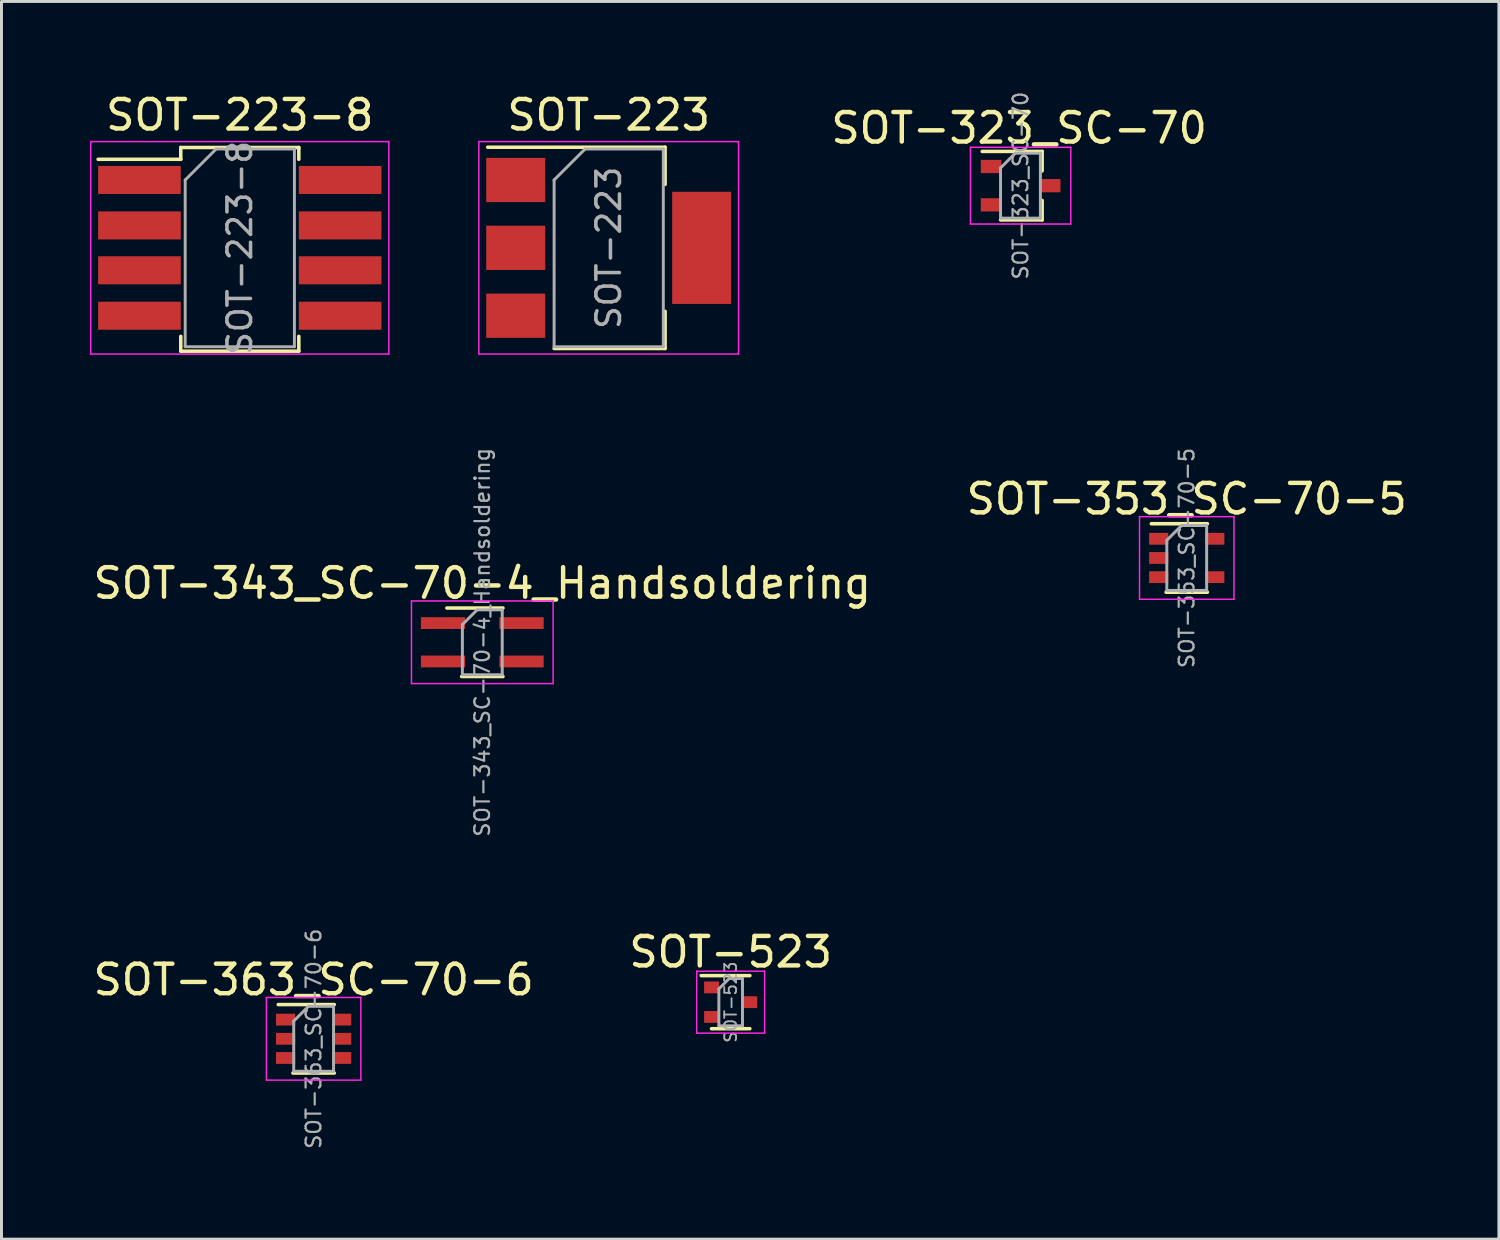
<source format=kicad_pcb>
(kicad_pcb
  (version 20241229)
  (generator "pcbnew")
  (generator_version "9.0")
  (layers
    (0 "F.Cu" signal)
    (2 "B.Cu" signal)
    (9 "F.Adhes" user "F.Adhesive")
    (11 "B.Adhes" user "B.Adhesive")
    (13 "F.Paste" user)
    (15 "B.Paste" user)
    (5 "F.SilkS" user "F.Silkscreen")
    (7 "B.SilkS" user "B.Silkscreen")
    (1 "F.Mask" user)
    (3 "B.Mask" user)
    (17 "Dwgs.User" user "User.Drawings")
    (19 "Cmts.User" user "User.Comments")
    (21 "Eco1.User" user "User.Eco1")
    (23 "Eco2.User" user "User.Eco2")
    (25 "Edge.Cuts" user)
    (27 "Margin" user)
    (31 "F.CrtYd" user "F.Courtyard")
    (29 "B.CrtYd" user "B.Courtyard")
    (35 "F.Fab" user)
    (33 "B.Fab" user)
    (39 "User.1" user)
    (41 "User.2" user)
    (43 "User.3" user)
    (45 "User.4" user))
  (footprint "SOT-223"
    (layer "F.Cu")
    (at 17.575 5.348)
    (property "Reference" "SOT-223" (at 0 -4.5 0) (layer "F.SilkS") (effects (font (size 1 1) (thickness 0.15))))
    (attr smd)
    (fp_line (start -4.1 -3.41) (end 1.91 -3.41) (stroke (width 0.12) (type solid)) (layer "F.SilkS"))
    (fp_line (start -1.85 3.41) (end 1.91 3.41) (stroke (width 0.12) (type solid)) (layer "F.SilkS"))
    (fp_line (start 1.91 -3.41) (end 1.91 -2.15) (stroke (width 0.12) (type solid)) (layer "F.SilkS"))
    (fp_line (start 1.91 3.41) (end 1.91 2.15) (stroke (width 0.12) (type solid)) (layer "F.SilkS"))
    (fp_line (start -4.4 -3.6) (end -4.4 3.6) (stroke (width 0.05) (type solid)) (layer "F.CrtYd"))
    (fp_line (start -4.4 3.6) (end 4.4 3.6) (stroke (width 0.05) (type solid)) (layer "F.CrtYd"))
    (fp_line (start 4.4 -3.6) (end -4.4 -3.6) (stroke (width 0.05) (type solid)) (layer "F.CrtYd"))
    (fp_line (start 4.4 3.6) (end 4.4 -3.6) (stroke (width 0.05) (type solid)) (layer "F.CrtYd"))
    (fp_line (start -1.85 -2.3) (end -1.85 3.35) (stroke (width 0.1) (type solid)) (layer "F.Fab"))
    (fp_line (start -1.85 -2.3) (end -0.8 -3.35) (stroke (width 0.1) (type solid)) (layer "F.Fab"))
    (fp_line (start -1.85 3.35) (end 1.85 3.35) (stroke (width 0.1) (type solid)) (layer "F.Fab"))
    (fp_line (start -0.8 -3.35) (end 1.85 -3.35) (stroke (width 0.1) (type solid)) (layer "F.Fab"))
    (fp_line (start 1.85 -3.35) (end 1.85 3.35) (stroke (width 0.1) (type solid)) (layer "F.Fab"))
    (fp_text user "${REFERENCE}" (at 0 0 90) (layer "F.Fab") (effects (font (size 0.8 0.8) (thickness 0.12))))
    (pad "1" smd rect (at -3.15 -2.3) (size 2 1.5) (layers "F.Cu" "F.Mask" "F.Paste"))
    (pad "2" smd rect (at -3.15 0) (size 2 1.5) (layers "F.Cu" "F.Mask" "F.Paste"))
    (pad "3" smd rect (at -3.15 2.3) (size 2 1.5) (layers "F.Cu" "F.Mask" "F.Paste"))
    (pad "4" smd rect (at 3.15 0) (size 2 3.8) (layers "F.Cu" "F.Mask" "F.Paste")))
  (footprint "SOT-223-8"
    (layer "F.Cu")
    (at 5.075 5.348)
    (property "Reference" "SOT-223-8" (at 0 -4.5 0) (layer "F.SilkS") (effects (font (size 1 1) (thickness 0.15))))
    (attr smd)
    (fp_line (start -4.8 -3) (end -2 -3) (stroke (width 0.12) (type solid)) (layer "F.SilkS"))
    (fp_line (start -2 -3.4) (end 2 -3.4) (stroke (width 0.12) (type solid)) (layer "F.SilkS"))
    (fp_line (start -2 -3) (end -2 -3.4) (stroke (width 0.12) (type solid)) (layer "F.SilkS"))
    (fp_line (start -2 3.5) (end -2 3) (stroke (width 0.12) (type solid)) (layer "F.SilkS"))
    (fp_line (start 2 -3.4) (end 2 -3) (stroke (width 0.12) (type solid)) (layer "F.SilkS"))
    (fp_line (start 2 3) (end 2 3.5) (stroke (width 0.12) (type solid)) (layer "F.SilkS"))
    (fp_line (start 2 3.5) (end -2 3.5) (stroke (width 0.12) (type solid)) (layer "F.SilkS"))
    (fp_line (start -5.05 -3.6) (end -5.05 3.6) (stroke (width 0.05) (type solid)) (layer "F.CrtYd"))
    (fp_line (start -5.05 -3.6) (end 5.05 -3.6) (stroke (width 0.05) (type solid)) (layer "F.CrtYd"))
    (fp_line (start 5.05 3.6) (end -5.05 3.6) (stroke (width 0.05) (type solid)) (layer "F.CrtYd"))
    (fp_line (start 5.05 3.6) (end 5.05 -3.6) (stroke (width 0.05) (type solid)) (layer "F.CrtYd"))
    (fp_line (start -1.85 -2.3) (end -1.85 3.35) (stroke (width 0.1) (type solid)) (layer "F.Fab"))
    (fp_line (start -1.85 -2.3) (end -0.8 -3.35) (stroke (width 0.1) (type solid)) (layer "F.Fab"))
    (fp_line (start -1.85 3.35) (end 1.85 3.35) (stroke (width 0.1) (type solid)) (layer "F.Fab"))
    (fp_line (start -0.8 -3.35) (end 1.85 -3.35) (stroke (width 0.1) (type solid)) (layer "F.Fab"))
    (fp_line (start 1.85 -3.35) (end 1.85 3.35) (stroke (width 0.1) (type solid)) (layer "F.Fab"))
    (fp_text user "${REFERENCE}" (at 0 0 90) (layer "F.Fab") (effects (font (size 0.8 0.8) (thickness 0.12))))
    (pad "1" smd rect (at -3.4 -2.3) (size 2.8 0.95) (layers "F.Cu" "F.Mask" "F.Paste"))
    (pad "2" smd rect (at -3.4 -0.76) (size 2.8 0.95) (layers "F.Cu" "F.Mask" "F.Paste"))
    (pad "3" smd rect (at -3.4 0.76) (size 2.8 0.95) (layers "F.Cu" "F.Mask" "F.Paste"))
    (pad "4" smd rect (at -3.4 2.3) (size 2.8 0.95) (layers "F.Cu" "F.Mask" "F.Paste"))
    (pad "5" smd rect (at 3.4 2.3) (size 2.8 0.95) (layers "F.Cu" "F.Mask" "F.Paste"))
    (pad "6" smd rect (at 3.4 0.76) (size 2.8 0.95) (layers "F.Cu" "F.Mask" "F.Paste"))
    (pad "7" smd rect (at 3.4 -0.76) (size 2.8 0.95) (layers "F.Cu" "F.Mask" "F.Paste"))
    (pad "8" smd rect (at 3.4 -2.3) (size 2.8 0.95) (layers "F.Cu" "F.Mask" "F.Paste")))
  (footprint "SOT-363_SC-70-6"
    (layer "F.Cu")
    (at 7.577 32.148)
    (property "Reference" "SOT-363_SC-70-6" (at 0 -2 0) (layer "F.SilkS") (effects (font (size 1 1) (thickness 0.15))))
    (attr smd)
    (fp_line (start -0.7 1.16) (end 0.7 1.16) (stroke (width 0.12) (type solid)) (layer "F.SilkS"))
    (fp_line (start 0.7 -1.16) (end -1.2 -1.16) (stroke (width 0.12) (type solid)) (layer "F.SilkS"))
    (fp_line (start -1.6 -1.4) (end -1.6 1.4) (stroke (width 0.05) (type solid)) (layer "F.CrtYd"))
    (fp_line (start -1.6 -1.4) (end 1.6 -1.4) (stroke (width 0.05) (type solid)) (layer "F.CrtYd"))
    (fp_line (start -1.6 1.4) (end 1.6 1.4) (stroke (width 0.05) (type solid)) (layer "F.CrtYd"))
    (fp_line (start 1.6 1.4) (end 1.6 -1.4) (stroke (width 0.05) (type solid)) (layer "F.CrtYd"))
    (fp_line (start -0.675 -0.6) (end -0.675 1.1) (stroke (width 0.1) (type solid)) (layer "F.Fab"))
    (fp_line (start -0.175 -1.1) (end -0.675 -0.6) (stroke (width 0.1) (type solid)) (layer "F.Fab"))
    (fp_line (start 0.675 -1.1) (end -0.175 -1.1) (stroke (width 0.1) (type solid)) (layer "F.Fab"))
    (fp_line (start 0.675 -1.1) (end 0.675 1.1) (stroke (width 0.1) (type solid)) (layer "F.Fab"))
    (fp_line (start 0.675 1.1) (end -0.675 1.1) (stroke (width 0.1) (type solid)) (layer "F.Fab"))
    (fp_text user "${REFERENCE}" (at 0 0 90) (layer "F.Fab") (effects (font (size 0.5 0.5) (thickness 0.075))))
    (pad "1" smd rect (at -0.95 -0.65) (size 0.65 0.4) (layers "F.Cu" "F.Mask" "F.Paste"))
    (pad "2" smd rect (at -0.95 0) (size 0.65 0.4) (layers "F.Cu" "F.Mask" "F.Paste"))
    (pad "3" smd rect (at -0.95 0.65) (size 0.65 0.4) (layers "F.Cu" "F.Mask" "F.Paste"))
    (pad "4" smd rect (at 0.95 0.65) (size 0.65 0.4) (layers "F.Cu" "F.Mask" "F.Paste"))
    (pad "5" smd rect (at 0.95 0) (size 0.65 0.4) (layers "F.Cu" "F.Mask" "F.Paste"))
    (pad "6" smd rect (at 0.95 -0.65) (size 0.65 0.4) (layers "F.Cu" "F.Mask" "F.Paste")))
  (footprint "SOT-353_SC-70-5"
    (layer "F.Cu")
    (at 37.161 15.856)
    (property "Reference" "SOT-353_SC-70-5" (at 0 -2 0) (layer "F.SilkS") (effects (font (size 1 1) (thickness 0.15))))
    (attr smd)
    (fp_line (start -0.7 1.16) (end 0.7 1.16) (stroke (width 0.12) (type solid)) (layer "F.SilkS"))
    (fp_line (start 0.7 -1.16) (end -1.2 -1.16) (stroke (width 0.12) (type solid)) (layer "F.SilkS"))
    (fp_line (start -1.6 -1.4) (end -1.6 1.4) (stroke (width 0.05) (type solid)) (layer "F.CrtYd"))
    (fp_line (start -1.6 -1.4) (end 1.6 -1.4) (stroke (width 0.05) (type solid)) (layer "F.CrtYd"))
    (fp_line (start -1.6 1.4) (end 1.6 1.4) (stroke (width 0.05) (type solid)) (layer "F.CrtYd"))
    (fp_line (start 1.6 1.4) (end 1.6 -1.4) (stroke (width 0.05) (type solid)) (layer "F.CrtYd"))
    (fp_line (start -0.675 -0.6) (end -0.675 1.1) (stroke (width 0.1) (type solid)) (layer "F.Fab"))
    (fp_line (start -0.175 -1.1) (end -0.675 -0.6) (stroke (width 0.1) (type solid)) (layer "F.Fab"))
    (fp_line (start 0.675 -1.1) (end -0.175 -1.1) (stroke (width 0.1) (type solid)) (layer "F.Fab"))
    (fp_line (start 0.675 -1.1) (end 0.675 1.1) (stroke (width 0.1) (type solid)) (layer "F.Fab"))
    (fp_line (start 0.675 1.1) (end -0.675 1.1) (stroke (width 0.1) (type solid)) (layer "F.Fab"))
    (fp_text user "${REFERENCE}" (at 0 0 90) (layer "F.Fab") (effects (font (size 0.5 0.5) (thickness 0.075))))
    (pad "1" smd rect (at -0.95 -0.65) (size 0.65 0.4) (layers "F.Cu" "F.Mask" "F.Paste"))
    (pad "2" smd rect (at -0.95 0) (size 0.65 0.4) (layers "F.Cu" "F.Mask" "F.Paste"))
    (pad "3" smd rect (at -0.95 0.65) (size 0.65 0.4) (layers "F.Cu" "F.Mask" "F.Paste"))
    (pad "4" smd rect (at 0.95 0.65) (size 0.65 0.4) (layers "F.Cu" "F.Mask" "F.Paste"))
    (pad "5" smd rect (at 0.95 -0.65) (size 0.65 0.4) (layers "F.Cu" "F.Mask" "F.Paste")))
  (footprint "SOT-343_SC-70-4_Handsoldering"
    (layer "F.Cu")
    (at 13.292 18.713)
    (property "Reference" "SOT-343_SC-70-4_Handsoldering" (at 0 -2 0) (layer "F.SilkS") (effects (font (size 1 1) (thickness 0.15))))
    (attr smd)
    (fp_line (start -0.7 1.16) (end 0.7 1.16) (stroke (width 0.12) (type solid)) (layer "F.SilkS"))
    (fp_line (start 0.7 -1.16) (end -1.2 -1.16) (stroke (width 0.12) (type solid)) (layer "F.SilkS"))
    (fp_line (start -2.4 -1.4) (end -2.4 1.4) (stroke (width 0.05) (type solid)) (layer "F.CrtYd"))
    (fp_line (start -2.4 -1.4) (end 2.4 -1.4) (stroke (width 0.05) (type solid)) (layer "F.CrtYd"))
    (fp_line (start -2.4 1.4) (end 2.4 1.4) (stroke (width 0.05) (type solid)) (layer "F.CrtYd"))
    (fp_line (start 2.4 1.4) (end 2.4 -1.4) (stroke (width 0.05) (type solid)) (layer "F.CrtYd"))
    (fp_line (start -0.675 -0.6) (end -0.675 1.1) (stroke (width 0.1) (type solid)) (layer "F.Fab"))
    (fp_line (start -0.175 -1.1) (end -0.675 -0.6) (stroke (width 0.1) (type solid)) (layer "F.Fab"))
    (fp_line (start 0.675 -1.1) (end -0.175 -1.1) (stroke (width 0.1) (type solid)) (layer "F.Fab"))
    (fp_line (start 0.675 -1.1) (end 0.675 1.1) (stroke (width 0.1) (type solid)) (layer "F.Fab"))
    (fp_line (start 0.675 1.1) (end -0.675 1.1) (stroke (width 0.1) (type solid)) (layer "F.Fab"))
    (fp_text user "${REFERENCE}" (at 0 0 90) (layer "F.Fab") (effects (font (size 0.5 0.5) (thickness 0.075))))
    (pad "1" smd rect (at -1.33 -0.65) (size 1.5 0.4) (layers "F.Cu" "F.Mask" "F.Paste"))
    (pad "2" smd rect (at -1.33 0.65) (size 1.5 0.4) (layers "F.Cu" "F.Mask" "F.Paste"))
    (pad "3" smd rect (at 1.33 0.65) (size 1.5 0.4) (layers "F.Cu" "F.Mask" "F.Paste"))
    (pad "4" smd rect (at 1.33 -0.65) (size 1.5 0.4) (layers "F.Cu" "F.Mask" "F.Paste")))
  (footprint "SOT-523"
    (layer "F.Cu")
    (at 21.708 30.907)
    (property "Reference" "SOT-523" (at 0 -1.7 0) (layer "F.SilkS") (effects (font (size 1 1) (thickness 0.15))))
    (attr smd)
    (fp_line (start -1 -0.9) (end 0.65 -0.9) (stroke (width 0.12) (type solid)) (layer "F.SilkS"))
    (fp_line (start 0.65 0.9) (end -0.65 0.9) (stroke (width 0.12) (type solid)) (layer "F.SilkS"))
    (fp_line (start -1.15 -1.05) (end -1.15 1.05) (stroke (width 0.05) (type solid)) (layer "F.CrtYd"))
    (fp_line (start -1.15 -1.05) (end 1.15 -1.05) (stroke (width 0.05) (type solid)) (layer "F.CrtYd"))
    (fp_line (start 1.15 1.05) (end -1.15 1.05) (stroke (width 0.05) (type solid)) (layer "F.CrtYd"))
    (fp_line (start 1.15 1.05) (end 1.15 -1.05) (stroke (width 0.05) (type solid)) (layer "F.CrtYd"))
    (fp_line (start -0.4 -0.45) (end -0.4 0.8) (stroke (width 0.1) (type solid)) (layer "F.Fab"))
    (fp_line (start -0.4 -0.45) (end -0.05 -0.8) (stroke (width 0.1) (type solid)) (layer "F.Fab"))
    (fp_line (start -0.4 0.8) (end 0.4 0.8) (stroke (width 0.1) (type solid)) (layer "F.Fab"))
    (fp_line (start 0.4 -0.8) (end -0.05 -0.8) (stroke (width 0.1) (type solid)) (layer "F.Fab"))
    (fp_line (start 0.4 0.8) (end 0.4 -0.8) (stroke (width 0.1) (type solid)) (layer "F.Fab"))
    (fp_text user "${REFERENCE}" (at 0 0 270) (layer "F.Fab") (effects (font (size 0.4 0.4) (thickness 0.062))))
    (pad "1" smd rect (at -0.645 -0.5 180) (size 0.51 0.4) (layers "F.Cu" "F.Mask" "F.Paste"))
    (pad "2" smd rect (at -0.645 0.5 180) (size 0.51 0.4) (layers "F.Cu" "F.Mask" "F.Paste"))
    (pad "3" smd rect (at 0.645 0 180) (size 0.51 0.4) (layers "F.Cu" "F.Mask" "F.Paste")))
  (footprint "SOT-323_SC-70"
    (layer "F.Cu")
    (at 31.532 3.241)
    (property "Reference" "SOT-323_SC-70" (at -0.05 -1.95 0) (layer "F.SilkS") (effects (font (size 1 1) (thickness 0.15))))
    (attr smd)
    (fp_line (start -0.68 1.16) (end 0.73 1.16) (stroke (width 0.12) (type solid)) (layer "F.SilkS"))
    (fp_line (start 0.73 -1.16) (end -1.3 -1.16) (stroke (width 0.12) (type solid)) (layer "F.SilkS"))
    (fp_line (start 0.73 -1.16) (end 0.73 -0.5) (stroke (width 0.12) (type solid)) (layer "F.SilkS"))
    (fp_line (start 0.73 0.5) (end 0.73 1.16) (stroke (width 0.12) (type solid)) (layer "F.SilkS"))
    (fp_line (start -1.7 -1.3) (end 1.7 -1.3) (stroke (width 0.05) (type solid)) (layer "F.CrtYd"))
    (fp_line (start -1.7 1.3) (end -1.7 -1.3) (stroke (width 0.05) (type solid)) (layer "F.CrtYd"))
    (fp_line (start 1.7 -1.3) (end 1.7 1.3) (stroke (width 0.05) (type solid)) (layer "F.CrtYd"))
    (fp_line (start 1.7 1.3) (end -1.7 1.3) (stroke (width 0.05) (type solid)) (layer "F.CrtYd"))
    (fp_line (start -0.68 -0.6) (end -0.68 1.1) (stroke (width 0.1) (type solid)) (layer "F.Fab"))
    (fp_line (start -0.18 -1.1) (end -0.68 -0.6) (stroke (width 0.1) (type solid)) (layer "F.Fab"))
    (fp_line (start 0.67 -1.1) (end -0.18 -1.1) (stroke (width 0.1) (type solid)) (layer "F.Fab"))
    (fp_line (start 0.67 -1.1) (end 0.67 1.1) (stroke (width 0.1) (type solid)) (layer "F.Fab"))
    (fp_line (start 0.67 1.1) (end -0.68 1.1) (stroke (width 0.1) (type solid)) (layer "F.Fab"))
    (fp_text user "${REFERENCE}" (at 0 0 90) (layer "F.Fab") (effects (font (size 0.5 0.5) (thickness 0.075))))
    (pad "1" smd rect (at -1 -0.65 270) (size 0.45 0.7) (layers "F.Cu" "F.Mask" "F.Paste"))
    (pad "2" smd rect (at -1 0.65 270) (size 0.45 0.7) (layers "F.Cu" "F.Mask" "F.Paste"))
    (pad "3" smd rect (at 1 0 270) (size 0.45 0.7) (layers "F.Cu" "F.Mask" "F.Paste")))
  (gr_rect
    (start -3 -3)
    (end 47.738 38.936)
    (stroke (width 0.1) (type default))
    (fill no)
    (layer "Edge.Cuts")))
</source>
